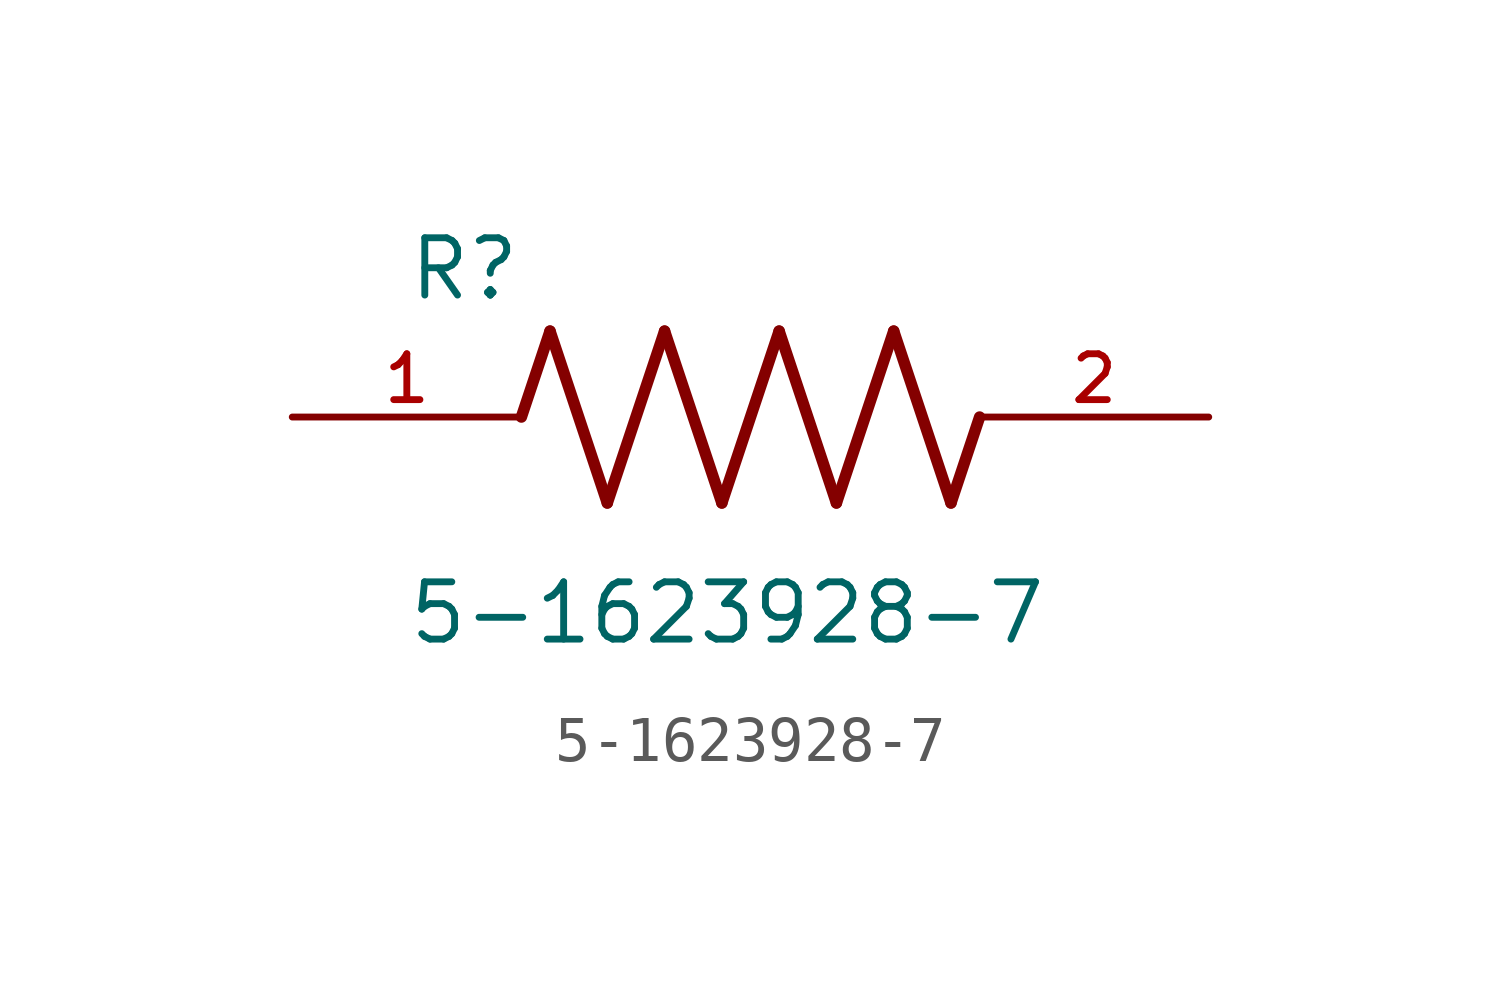
<source format=kicad_sym>
(kicad_symbol_lib
  (version 20211014)
  (generator kicad_symbol_editor)
  (symbol "5-1623928-7"
    (pin_names
      (offset 1.016))
    (property "Reference" "R"
      (at -7.624 2.541 0)
      (effects (font (size 1.27 1.27)) (justify bottom left)))
    (property "Value" "5-1623928-7"
      (at -7.63 -5.087 0)
      (effects (font (size 1.27 1.27)) (justify bottom left)))
    (symbol "5-1623928-7_0_0"
      (polyline (pts (xy -5.08 0.0) (xy -4.445 1.905)) (stroke (width 0.254)))
      (polyline (pts (xy -4.445 1.905) (xy -3.175 -1.905)) (stroke (width 0.254)))
      (polyline (pts (xy -3.175 -1.905) (xy -1.905 1.905)) (stroke (width 0.254)))
      (polyline (pts (xy -1.905 1.905) (xy -0.635 -1.905)) (stroke (width 0.254)))
      (polyline (pts (xy -0.635 -1.905) (xy 0.635 1.905)) (stroke (width 0.254)))
      (polyline (pts (xy 0.635 1.905) (xy 1.905 -1.905)) (stroke (width 0.254)))
      (polyline (pts (xy 1.905 -1.905) (xy 3.175 1.905)) (stroke (width 0.254)))
      (polyline (pts (xy 3.175 1.905) (xy 4.445 -1.905)) (stroke (width 0.254)))
      (polyline (pts (xy 4.445 -1.905) (xy 5.08 0.0)) (stroke (width 0.254)))
      (pin passive line (at 10.16 0.0 180.0) (length 5.08) (name "~" (effects (font (size 1.016 1.016)))) (number "2" (effects (font (size 1.016 1.016)))))
      (pin passive line (at -10.16 0.0 0) (length 5.08) (name "~" (effects (font (size 1.016 1.016)))) (number "1" (effects (font (size 1.016 1.016))))))))
</source>
